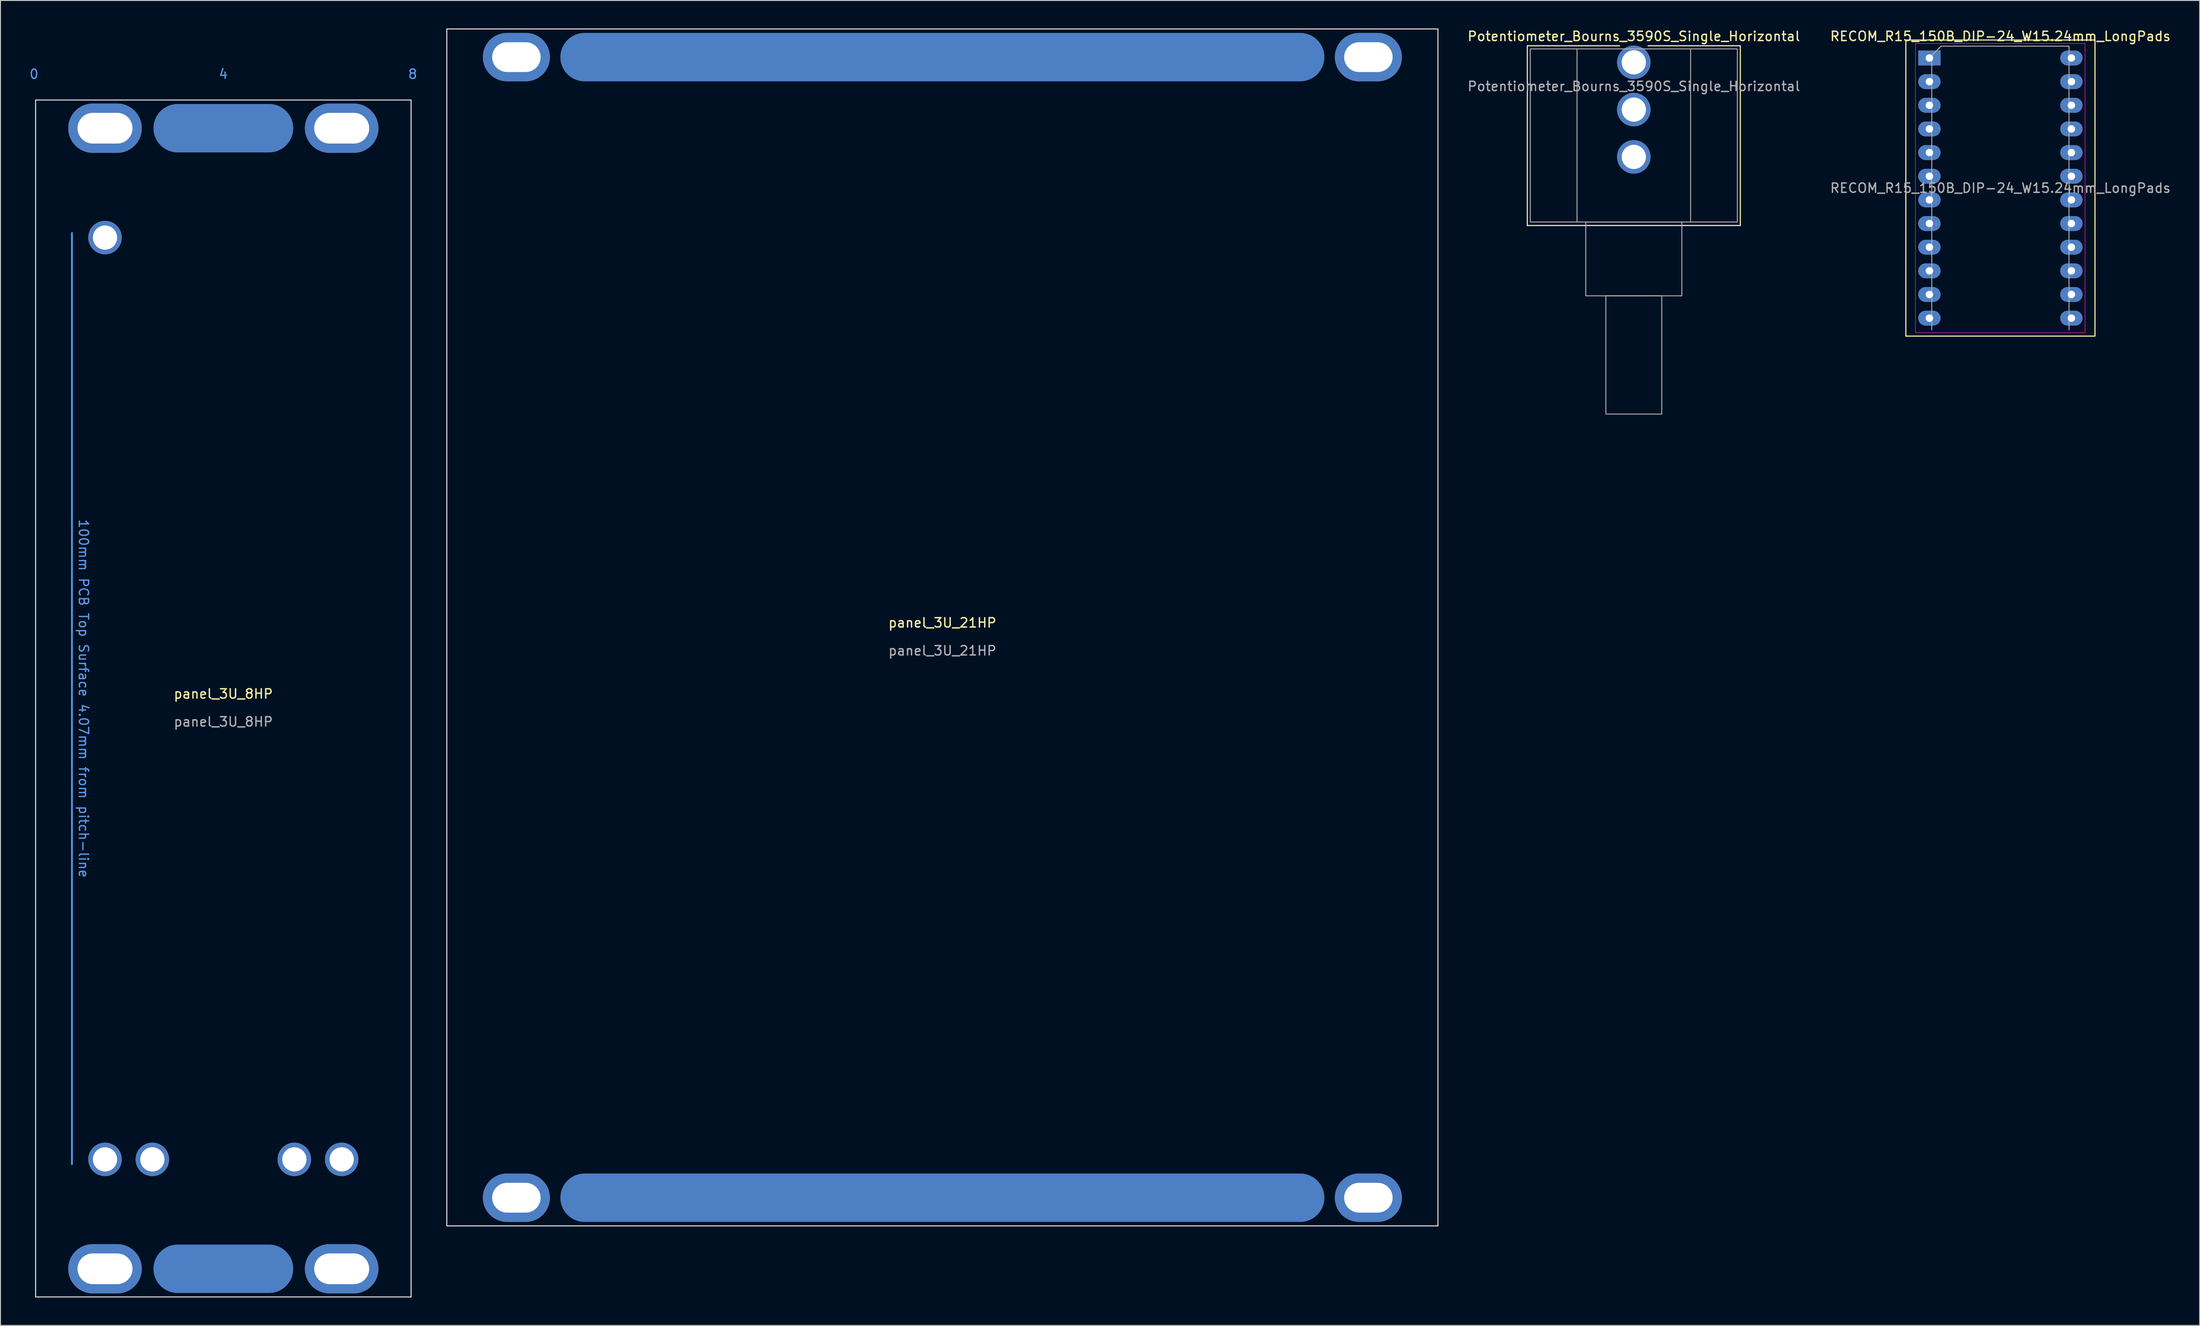
<source format=kicad_pcb>
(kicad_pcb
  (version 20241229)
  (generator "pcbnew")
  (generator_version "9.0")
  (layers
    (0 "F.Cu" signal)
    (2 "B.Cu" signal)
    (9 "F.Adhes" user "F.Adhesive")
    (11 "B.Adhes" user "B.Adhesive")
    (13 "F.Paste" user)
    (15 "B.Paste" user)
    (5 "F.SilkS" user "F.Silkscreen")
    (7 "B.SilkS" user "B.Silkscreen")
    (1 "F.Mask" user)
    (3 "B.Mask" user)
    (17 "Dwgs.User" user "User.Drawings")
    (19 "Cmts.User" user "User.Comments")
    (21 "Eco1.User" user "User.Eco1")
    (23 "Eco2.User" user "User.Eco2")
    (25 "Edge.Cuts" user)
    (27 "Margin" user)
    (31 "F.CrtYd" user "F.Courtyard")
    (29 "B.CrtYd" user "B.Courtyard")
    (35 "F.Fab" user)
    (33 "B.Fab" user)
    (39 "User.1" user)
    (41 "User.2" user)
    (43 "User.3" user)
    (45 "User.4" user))
  (footprint "panel_3U_21HP"
    (layer "F.Cu")
    (at 98.092 64.335)
    (property "Reference" "panel_3U_21HP" (at 0 -0.5 0) (unlocked yes) (layer "F.SilkS") (effects (font (size 1 1) (thickness 0.15))))
    (attr through_hole)
    (fp_rect (start -53.19 -64.275) (end 53.19 64.275) (stroke (width 0.12) (type solid)) (fill no) (layer "Edge.Cuts"))
    (fp_text user "${REFERENCE}" (at 0 2.5 0) (unlocked yes) (layer "F.Fab") (effects (font (size 1 1) (thickness 0.15))))
    (pad "1" thru_hole oval (at -45.72 -61.25) (size 7.2 5.2) (drill oval 5.2 3.2) (layers "*.Cu" "*.Mask"))
    (pad "1" thru_hole oval (at -45.72 61.25) (size 7.2 5.2) (drill oval 5.2 3.2) (layers "*.Cu" "*.Mask"))
    (pad "1" smd oval (at 0 -61.25) (size 82 5.2) (layers "F.Mask" "B.Cu" "F.Paste"))
    (pad "1" smd oval (at 0 61.25) (size 82 5.2) (layers "F.Mask" "B.Cu" "F.Paste"))
    (pad "1" thru_hole oval (at 45.72 -61.25) (size 7.2 5.2) (drill oval 5.2 3.2) (layers "*.Cu" "*.Mask"))
    (pad "1" thru_hole oval (at 45.72 61.25) (size 7.2 5.2) (drill oval 5.2 3.2) (layers "*.Cu" "*.Mask")))
  (footprint "RECOM_R15_150B_DIP-24_W15.24mm_LongPads"
    (layer "F.Cu")
    (at 211.646 17.148)
    (property "Reference" "RECOM_R15_150B_DIP-24_W15.24mm_LongPads" (at 0 -16.3 0) (layer "F.SilkS") (effects (font (size 1 1) (thickness 0.15))))
    (attr through_hole)
    (fp_rect (start -10.15 -15.9) (end 10.15 15.9) (stroke (width 0.12) (type solid)) (fill no) (layer "F.SilkS"))
    (fp_line (start -9.12 -15.52) (end -9.12 15.53) (stroke (width 0.05) (type solid)) (layer "F.CrtYd"))
    (fp_line (start -9.12 15.53) (end 9.08 15.53) (stroke (width 0.05) (type solid)) (layer "F.CrtYd"))
    (fp_line (start 9.08 -15.52) (end -9.12 -15.52) (stroke (width 0.05) (type solid)) (layer "F.CrtYd"))
    (fp_line (start 9.08 15.53) (end 9.08 -15.52) (stroke (width 0.05) (type solid)) (layer "F.CrtYd"))
    (fp_line (start -7.365 -14.24) (end -6.365 -15.24) (stroke (width 0.1) (type solid)) (layer "F.Fab"))
    (fp_line (start -7.365 15.24) (end -7.365 -14.24) (stroke (width 0.1) (type solid)) (layer "F.Fab"))
    (fp_line (start -6.365 -15.24) (end 7.365 -15.24) (stroke (width 0.1) (type solid)) (layer "F.Fab"))
    (fp_line (start 7.365 -15.24) (end 7.365 15.24) (stroke (width 0.1) (type solid)) (layer "F.Fab"))
    (fp_text user "${REFERENCE}" (at 0 0 0) (layer "F.Fab") (effects (font (size 1 1) (thickness 0.15))))
    (pad "1" thru_hole rect (at -7.62 -13.97) (size 2.4 1.6) (drill 0.8) (layers "*.Cu" "*.Mask"))
    (pad "2" thru_hole oval (at -7.62 -11.43) (size 2.4 1.6) (drill 0.8) (layers "*.Cu" "*.Mask"))
    (pad "3" thru_hole oval (at -7.62 -8.89) (size 2.4 1.6) (drill 0.8) (layers "*.Cu" "*.Mask"))
    (pad "4" thru_hole oval (at -7.62 -6.35) (size 2.4 1.6) (drill 0.8) (layers "*.Cu" "*.Mask"))
    (pad "5" thru_hole oval (at -7.62 -3.81) (size 2.4 1.6) (drill 0.8) (layers "*.Cu" "*.Mask"))
    (pad "6" thru_hole oval (at -7.62 -1.27) (size 2.4 1.6) (drill 0.8) (layers "*.Cu" "*.Mask"))
    (pad "7" thru_hole oval (at -7.62 1.27) (size 2.4 1.6) (drill 0.8) (layers "*.Cu" "*.Mask"))
    (pad "8" thru_hole oval (at -7.62 3.81) (size 2.4 1.6) (drill 0.8) (layers "*.Cu" "*.Mask"))
    (pad "9" thru_hole oval (at -7.62 6.35) (size 2.4 1.6) (drill 0.8) (layers "*.Cu" "*.Mask"))
    (pad "10" thru_hole oval (at -7.62 8.89) (size 2.4 1.6) (drill 0.8) (layers "*.Cu" "*.Mask"))
    (pad "11" thru_hole oval (at -7.62 11.43) (size 2.4 1.6) (drill 0.8) (layers "*.Cu" "*.Mask"))
    (pad "12" thru_hole oval (at -7.62 13.97) (size 2.4 1.6) (drill 0.8) (layers "*.Cu" "*.Mask"))
    (pad "13" thru_hole oval (at 7.62 13.97) (size 2.4 1.6) (drill 0.8) (layers "*.Cu" "*.Mask"))
    (pad "14" thru_hole oval (at 7.62 11.43) (size 2.4 1.6) (drill 0.8) (layers "*.Cu" "*.Mask"))
    (pad "15" thru_hole oval (at 7.62 8.89) (size 2.4 1.6) (drill 0.8) (layers "*.Cu" "*.Mask"))
    (pad "16" thru_hole oval (at 7.62 6.35) (size 2.4 1.6) (drill 0.8) (layers "*.Cu" "*.Mask"))
    (pad "17" thru_hole oval (at 7.62 3.81) (size 2.4 1.6) (drill 0.8) (layers "*.Cu" "*.Mask"))
    (pad "18" thru_hole oval (at 7.62 1.27) (size 2.4 1.6) (drill 0.8) (layers "*.Cu" "*.Mask"))
    (pad "19" thru_hole oval (at 7.62 -1.27) (size 2.4 1.6) (drill 0.8) (layers "*.Cu" "*.Mask"))
    (pad "20" thru_hole oval (at 7.62 -3.81) (size 2.4 1.6) (drill 0.8) (layers "*.Cu" "*.Mask"))
    (pad "21" thru_hole oval (at 7.62 -6.35) (size 2.4 1.6) (drill 0.8) (layers "*.Cu" "*.Mask"))
    (pad "22" thru_hole oval (at 7.62 -8.89) (size 2.4 1.6) (drill 0.8) (layers "*.Cu" "*.Mask"))
    (pad "23" thru_hole oval (at 7.62 -11.43) (size 2.4 1.6) (drill 0.8) (layers "*.Cu" "*.Mask"))
    (pad "24" thru_hole oval (at 7.62 -13.97) (size 2.4 1.6) (drill 0.8) (layers "*.Cu" "*.Mask")))
  (footprint "Potentiometer_Bourns_3590S_Single_Horizontal"
    (layer "F.Cu")
    (at 172.301 8.722)
    (property "Reference" "Potentiometer_Bourns_3590S_Single_Horizontal" (at 0 -7.874 0) (layer "F.SilkS") (effects (font (size 1 1) (thickness 0.15))))
    (attr through_hole)
    (fp_line (start -11.43 -6.858) (end -11.43 12.446) (stroke (width 0.12) (type solid)) (layer "F.SilkS"))
    (fp_line (start -11.43 12.446) (end -5.334 12.446) (stroke (width 0.12) (type solid)) (layer "F.SilkS"))
    (fp_line (start -5.334 12.446) (end 11.43 12.446) (stroke (width 0.12) (type solid)) (layer "F.SilkS"))
    (fp_line (start -1.524 -6.858) (end -11.43 -6.858) (stroke (width 0.12) (type solid)) (layer "F.SilkS"))
    (fp_line (start 11.43 -6.858) (end 1.524 -6.858) (stroke (width 0.12) (type solid)) (layer "F.SilkS"))
    (fp_line (start 11.43 12.446) (end 11.43 -6.858) (stroke (width 0.12) (type solid)) (layer "F.SilkS"))
    (fp_line (start -6.095 -6.52) (end -6.095 12.07) (stroke (width 0.1) (type solid)) (layer "F.Fab"))
    (fp_line (start 6.095 -6.52) (end 6.095 12.07) (stroke (width 0.1) (type solid)) (layer "F.Fab"))
    (fp_rect (start -11.11 -6.52) (end 11.11 12.07) (stroke (width 0.1) (type solid)) (fill no) (layer "F.Fab"))
    (fp_rect (start -5.155 12.07) (end 5.155 20) (stroke (width 0.1) (type solid)) (fill no) (layer "F.Fab"))
    (fp_rect (start -3 20) (end 3 32.7) (stroke (width 0.1) (type solid)) (fill no) (layer "F.Fab"))
    (fp_text user "${REFERENCE}" (at 0 -2.5 180) (layer "F.Fab") (effects (font (size 1 1) (thickness 0.15))))
    (pad "1" thru_hole circle (at 0 0) (size 3.6 3.6) (drill 2.6) (layers "*.Cu" "*.Mask"))
    (pad "2" thru_hole circle (at 0 -5.08) (size 3.6 3.6) (drill 2.6) (layers "*.Cu" "*.Mask"))
    (pad "3" thru_hole circle (at 0 5.08) (size 3.6 3.6) (drill 2.6) (layers "*.Cu" "*.Mask")))
  (footprint "panel_3U_8HP"
    (layer "F.Cu")
    (at 20.921 71.968)
    (property "Reference" "panel_3U_8HP" (at 0 -0.5 0) (unlocked yes) (layer "F.SilkS") (effects (font (size 1 1) (thickness 0.15))))
    (attr through_hole)
    (fp_line (start -16.25 -50) (end -16.25 50) (stroke (width 0.2) (type solid)) (layer "Cmts.User"))
    (fp_rect (start -20.15 -64.275) (end 20.15 64.275) (stroke (width 0.12) (type solid)) (fill no) (layer "Edge.Cuts"))
    (fp_line (start -20.32 -66.04) (end -20.32 -60.96) (stroke (width 0.12) (type solid)) (layer "User.2"))
    (fp_line (start -15.24 -66.04) (end -15.24 -60.96) (stroke (width 0.12) (type solid)) (layer "User.2"))
    (fp_line (start -10.16 -66.04) (end -10.16 -60.96) (stroke (width 0.12) (type solid)) (layer "User.2"))
    (fp_line (start -5.08 -66.04) (end -5.08 -60.96) (stroke (width 0.12) (type solid)) (layer "User.2"))
    (fp_line (start 0 -66.04) (end 0 -60.96) (stroke (width 0.12) (type solid)) (layer "User.2"))
    (fp_line (start 5.08 -66.04) (end 5.08 -60.96) (stroke (width 0.12) (type solid)) (layer "User.2"))
    (fp_line (start 10.16 -66.04) (end 10.16 -60.96) (stroke (width 0.12) (type solid)) (layer "User.2"))
    (fp_line (start 15.24 -66.04) (end 15.24 -60.96) (stroke (width 0.12) (type solid)) (layer "User.2"))
    (fp_line (start 20.32 -66.04) (end 20.32 -60.96) (stroke (width 0.12) (type solid)) (layer "User.2"))
    (fp_text user "8" (at 20.32 -67.056 0) (unlocked yes) (layer "Cmts.User") (effects (font (size 1 1) (thickness 0.15))))
    (fp_text user "0" (at -20.32 -67.056 0) (unlocked yes) (layer "Cmts.User") (effects (font (size 1 1) (thickness 0.15))))
    (fp_text user "100mm PCB Top Surface 4.07mm from pitch-line" (at -15 0 270) (unlocked yes) (layer "Cmts.User") (effects (font (size 1 1) (thickness 0.15))))
    (fp_text user "4" (at 0 -67.056 0) (unlocked yes) (layer "Cmts.User") (effects (font (size 1 1) (thickness 0.15))))
    (fp_text user "${REFERENCE}" (at 0 2.5 0) (unlocked yes) (layer "F.Fab") (effects (font (size 1 1) (thickness 0.15))))
    (fp_text user "5.08mm pitch lines" (at 0 -71.12 0) (unlocked yes) (layer "User.2") (effects (font (size 1 1) (thickness 0.15))))
    (pad "1" thru_hole oval (at -12.7 -61.25) (size 7.9 5.3) (drill oval 5.9 3.3) (layers "*.Cu" "*.Mask"))
    (pad "1" thru_hole circle (at -12.7 -49.5) (size 3.6 3.6) (drill 2.6) (layers "*.Cu" "*.Mask"))
    (pad "1" thru_hole circle (at -12.7 49.5) (size 3.6 3.6) (drill 2.6) (layers "*.Cu" "*.Mask"))
    (pad "1" thru_hole oval (at -12.7 61.25) (size 7.9 5.3) (drill oval 5.9 3.3) (layers "*.Cu" "*.Mask"))
    (pad "1" thru_hole circle (at -7.62 49.5) (size 3.6 3.6) (drill 2.6) (layers "*.Cu" "*.Mask"))
    (pad "1" smd oval (at 0 -61.25) (size 15 5.2) (layers "B.Cu" "B.Mask"))
    (pad "1" smd oval (at 0 61.25) (size 15 5.2) (layers "B.Cu" "B.Mask"))
    (pad "1" thru_hole circle (at 7.62 49.5) (size 3.6 3.6) (drill 2.6) (layers "*.Cu" "*.Mask"))
    (pad "1" thru_hole oval (at 12.7 -61.25) (size 7.9 5.3) (drill oval 5.9 3.3) (layers "*.Cu" "*.Mask"))
    (pad "1" thru_hole circle (at 12.7 49.5) (size 3.6 3.6) (drill 2.6) (layers "*.Cu" "*.Mask"))
    (pad "1" thru_hole oval (at 12.7 61.25) (size 7.9 5.3) (drill oval 5.9 3.3) (layers "*.Cu" "*.Mask")))
  (gr_rect
    (start -3 -3)
    (end 233.033 139.303)
    (stroke (width 0.1) (type default))
    (fill no)
    (layer "Edge.Cuts")))
</source>
